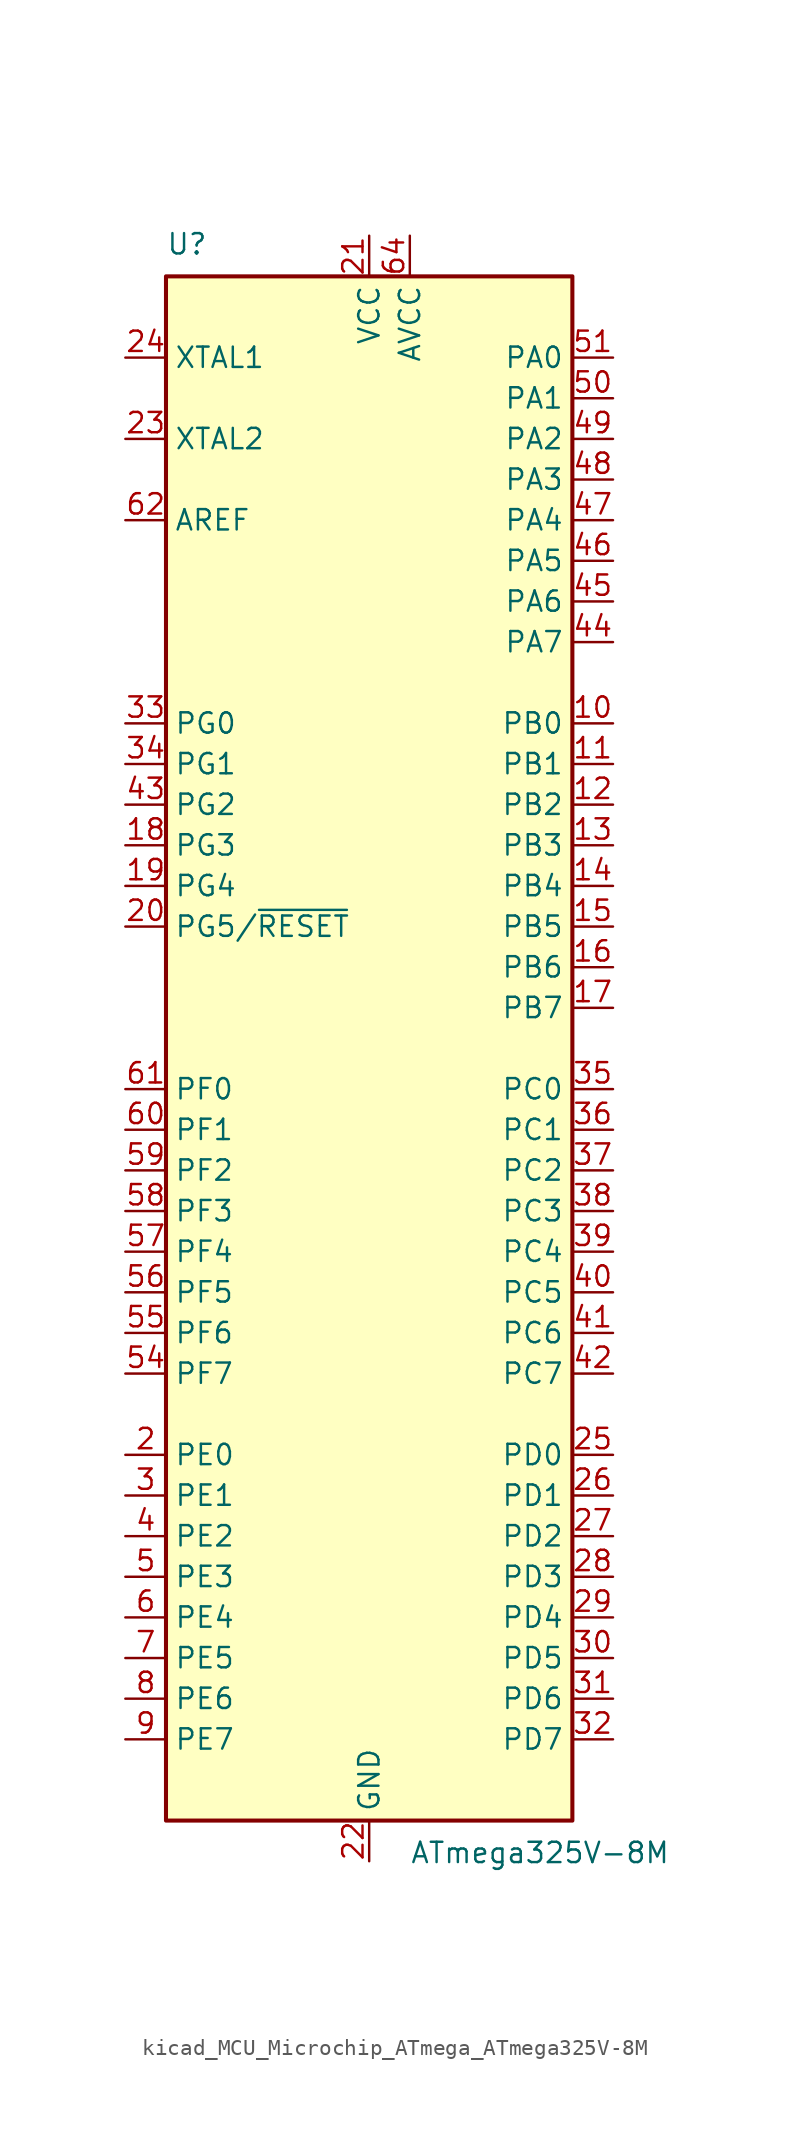
<source format=kicad_sym>
(kicad_symbol_lib
  (version 20220914)
  (generator kicad_symbol_editor)
  (symbol "kicad_MCU_Microchip_ATmega_ATmega325V-8M"
    (property "Reference" "U"
      (at -12.7 49.53 0)
      (effects (font (size 1.27 1.27)) (justify left bottom)))
    (property "Value" "ATmega325V-8M"
      (at 2.54 -49.53 0)
      (effects (font (size 1.27 1.27)) (justify left top)))
    (symbol "kicad_MCU_Microchip_ATmega_ATmega325V-8M_0_1"
      (rectangle (start -12.7 -48.26) (end 12.7 48.26) (stroke (width 0.254) (type default)) (fill (type background))))
    (symbol "kicad_MCU_Microchip_ATmega_ATmega325V-8M_1_1"
      (pin no_connect line (at -12.7 -45.72 0) (length 2.54) hide (name "NC" (effects (font (size 1.27 1.27)))) (number "1" (effects (font (size 1.27 1.27)))))
      (pin bidirectional line (at 15.24 20.32 180) (length 2.54) (name "PB0" (effects (font (size 1.27 1.27)))) (number "10" (effects (font (size 1.27 1.27)))))
      (pin bidirectional line (at 15.24 17.78 180) (length 2.54) (name "PB1" (effects (font (size 1.27 1.27)))) (number "11" (effects (font (size 1.27 1.27)))))
      (pin bidirectional line (at 15.24 15.24 180) (length 2.54) (name "PB2" (effects (font (size 1.27 1.27)))) (number "12" (effects (font (size 1.27 1.27)))))
      (pin bidirectional line (at 15.24 12.7 180) (length 2.54) (name "PB3" (effects (font (size 1.27 1.27)))) (number "13" (effects (font (size 1.27 1.27)))))
      (pin bidirectional line (at 15.24 10.16 180) (length 2.54) (name "PB4" (effects (font (size 1.27 1.27)))) (number "14" (effects (font (size 1.27 1.27)))))
      (pin bidirectional line (at 15.24 7.62 180) (length 2.54) (name "PB5" (effects (font (size 1.27 1.27)))) (number "15" (effects (font (size 1.27 1.27)))))
      (pin bidirectional line (at 15.24 5.08 180) (length 2.54) (name "PB6" (effects (font (size 1.27 1.27)))) (number "16" (effects (font (size 1.27 1.27)))))
      (pin bidirectional line (at 15.24 2.54 180) (length 2.54) (name "PB7" (effects (font (size 1.27 1.27)))) (number "17" (effects (font (size 1.27 1.27)))))
      (pin bidirectional line (at -15.24 12.7 0) (length 2.54) (name "PG3" (effects (font (size 1.27 1.27)))) (number "18" (effects (font (size 1.27 1.27)))))
      (pin bidirectional line (at -15.24 10.16 0) (length 2.54) (name "PG4" (effects (font (size 1.27 1.27)))) (number "19" (effects (font (size 1.27 1.27)))))
      (pin bidirectional line (at -15.24 -25.4 0) (length 2.54) (name "PE0" (effects (font (size 1.27 1.27)))) (number "2" (effects (font (size 1.27 1.27)))))
      (pin bidirectional line (at -15.24 7.62 0) (length 2.54) (name "PG5/~{RESET}" (effects (font (size 1.27 1.27)))) (number "20" (effects (font (size 1.27 1.27)))))
      (pin power_in line (at 0 50.8 270) (length 2.54) (name "VCC" (effects (font (size 1.27 1.27)))) (number "21" (effects (font (size 1.27 1.27)))))
      (pin power_in line (at 0 -50.8 90) (length 2.54) (name "GND" (effects (font (size 1.27 1.27)))) (number "22" (effects (font (size 1.27 1.27)))))
      (pin output line (at -15.24 38.1 0) (length 2.54) (name "XTAL2" (effects (font (size 1.27 1.27)))) (number "23" (effects (font (size 1.27 1.27)))))
      (pin input line (at -15.24 43.18 0) (length 2.54) (name "XTAL1" (effects (font (size 1.27 1.27)))) (number "24" (effects (font (size 1.27 1.27)))))
      (pin bidirectional line (at 15.24 -25.4 180) (length 2.54) (name "PD0" (effects (font (size 1.27 1.27)))) (number "25" (effects (font (size 1.27 1.27)))))
      (pin bidirectional line (at 15.24 -27.94 180) (length 2.54) (name "PD1" (effects (font (size 1.27 1.27)))) (number "26" (effects (font (size 1.27 1.27)))))
      (pin bidirectional line (at 15.24 -30.48 180) (length 2.54) (name "PD2" (effects (font (size 1.27 1.27)))) (number "27" (effects (font (size 1.27 1.27)))))
      (pin bidirectional line (at 15.24 -33.02 180) (length 2.54) (name "PD3" (effects (font (size 1.27 1.27)))) (number "28" (effects (font (size 1.27 1.27)))))
      (pin bidirectional line (at 15.24 -35.56 180) (length 2.54) (name "PD4" (effects (font (size 1.27 1.27)))) (number "29" (effects (font (size 1.27 1.27)))))
      (pin bidirectional line (at -15.24 -27.94 0) (length 2.54) (name "PE1" (effects (font (size 1.27 1.27)))) (number "3" (effects (font (size 1.27 1.27)))))
      (pin bidirectional line (at 15.24 -38.1 180) (length 2.54) (name "PD5" (effects (font (size 1.27 1.27)))) (number "30" (effects (font (size 1.27 1.27)))))
      (pin bidirectional line (at 15.24 -40.64 180) (length 2.54) (name "PD6" (effects (font (size 1.27 1.27)))) (number "31" (effects (font (size 1.27 1.27)))))
      (pin bidirectional line (at 15.24 -43.18 180) (length 2.54) (name "PD7" (effects (font (size 1.27 1.27)))) (number "32" (effects (font (size 1.27 1.27)))))
      (pin bidirectional line (at -15.24 20.32 0) (length 2.54) (name "PG0" (effects (font (size 1.27 1.27)))) (number "33" (effects (font (size 1.27 1.27)))))
      (pin bidirectional line (at -15.24 17.78 0) (length 2.54) (name "PG1" (effects (font (size 1.27 1.27)))) (number "34" (effects (font (size 1.27 1.27)))))
      (pin bidirectional line (at 15.24 -2.54 180) (length 2.54) (name "PC0" (effects (font (size 1.27 1.27)))) (number "35" (effects (font (size 1.27 1.27)))))
      (pin bidirectional line (at 15.24 -5.08 180) (length 2.54) (name "PC1" (effects (font (size 1.27 1.27)))) (number "36" (effects (font (size 1.27 1.27)))))
      (pin bidirectional line (at 15.24 -7.62 180) (length 2.54) (name "PC2" (effects (font (size 1.27 1.27)))) (number "37" (effects (font (size 1.27 1.27)))))
      (pin bidirectional line (at 15.24 -10.16 180) (length 2.54) (name "PC3" (effects (font (size 1.27 1.27)))) (number "38" (effects (font (size 1.27 1.27)))))
      (pin bidirectional line (at 15.24 -12.7 180) (length 2.54) (name "PC4" (effects (font (size 1.27 1.27)))) (number "39" (effects (font (size 1.27 1.27)))))
      (pin bidirectional line (at -15.24 -30.48 0) (length 2.54) (name "PE2" (effects (font (size 1.27 1.27)))) (number "4" (effects (font (size 1.27 1.27)))))
      (pin bidirectional line (at 15.24 -15.24 180) (length 2.54) (name "PC5" (effects (font (size 1.27 1.27)))) (number "40" (effects (font (size 1.27 1.27)))))
      (pin bidirectional line (at 15.24 -17.78 180) (length 2.54) (name "PC6" (effects (font (size 1.27 1.27)))) (number "41" (effects (font (size 1.27 1.27)))))
      (pin bidirectional line (at 15.24 -20.32 180) (length 2.54) (name "PC7" (effects (font (size 1.27 1.27)))) (number "42" (effects (font (size 1.27 1.27)))))
      (pin bidirectional line (at -15.24 15.24 0) (length 2.54) (name "PG2" (effects (font (size 1.27 1.27)))) (number "43" (effects (font (size 1.27 1.27)))))
      (pin bidirectional line (at 15.24 25.4 180) (length 2.54) (name "PA7" (effects (font (size 1.27 1.27)))) (number "44" (effects (font (size 1.27 1.27)))))
      (pin bidirectional line (at 15.24 27.94 180) (length 2.54) (name "PA6" (effects (font (size 1.27 1.27)))) (number "45" (effects (font (size 1.27 1.27)))))
      (pin bidirectional line (at 15.24 30.48 180) (length 2.54) (name "PA5" (effects (font (size 1.27 1.27)))) (number "46" (effects (font (size 1.27 1.27)))))
      (pin bidirectional line (at 15.24 33.02 180) (length 2.54) (name "PA4" (effects (font (size 1.27 1.27)))) (number "47" (effects (font (size 1.27 1.27)))))
      (pin bidirectional line (at 15.24 35.56 180) (length 2.54) (name "PA3" (effects (font (size 1.27 1.27)))) (number "48" (effects (font (size 1.27 1.27)))))
      (pin bidirectional line (at 15.24 38.1 180) (length 2.54) (name "PA2" (effects (font (size 1.27 1.27)))) (number "49" (effects (font (size 1.27 1.27)))))
      (pin bidirectional line (at -15.24 -33.02 0) (length 2.54) (name "PE3" (effects (font (size 1.27 1.27)))) (number "5" (effects (font (size 1.27 1.27)))))
      (pin bidirectional line (at 15.24 40.64 180) (length 2.54) (name "PA1" (effects (font (size 1.27 1.27)))) (number "50" (effects (font (size 1.27 1.27)))))
      (pin bidirectional line (at 15.24 43.18 180) (length 2.54) (name "PA0" (effects (font (size 1.27 1.27)))) (number "51" (effects (font (size 1.27 1.27)))))
      (pin passive line (at 0 50.8 270) (length 2.54) hide (name "VCC" (effects (font (size 1.27 1.27)))) (number "52" (effects (font (size 1.27 1.27)))))
      (pin passive line (at 0 -50.8 90) (length 2.54) hide (name "GND" (effects (font (size 1.27 1.27)))) (number "53" (effects (font (size 1.27 1.27)))))
      (pin bidirectional line (at -15.24 -20.32 0) (length 2.54) (name "PF7" (effects (font (size 1.27 1.27)))) (number "54" (effects (font (size 1.27 1.27)))))
      (pin bidirectional line (at -15.24 -17.78 0) (length 2.54) (name "PF6" (effects (font (size 1.27 1.27)))) (number "55" (effects (font (size 1.27 1.27)))))
      (pin bidirectional line (at -15.24 -15.24 0) (length 2.54) (name "PF5" (effects (font (size 1.27 1.27)))) (number "56" (effects (font (size 1.27 1.27)))))
      (pin bidirectional line (at -15.24 -12.7 0) (length 2.54) (name "PF4" (effects (font (size 1.27 1.27)))) (number "57" (effects (font (size 1.27 1.27)))))
      (pin bidirectional line (at -15.24 -10.16 0) (length 2.54) (name "PF3" (effects (font (size 1.27 1.27)))) (number "58" (effects (font (size 1.27 1.27)))))
      (pin bidirectional line (at -15.24 -7.62 0) (length 2.54) (name "PF2" (effects (font (size 1.27 1.27)))) (number "59" (effects (font (size 1.27 1.27)))))
      (pin bidirectional line (at -15.24 -35.56 0) (length 2.54) (name "PE4" (effects (font (size 1.27 1.27)))) (number "6" (effects (font (size 1.27 1.27)))))
      (pin bidirectional line (at -15.24 -5.08 0) (length 2.54) (name "PF1" (effects (font (size 1.27 1.27)))) (number "60" (effects (font (size 1.27 1.27)))))
      (pin bidirectional line (at -15.24 -2.54 0) (length 2.54) (name "PF0" (effects (font (size 1.27 1.27)))) (number "61" (effects (font (size 1.27 1.27)))))
      (pin passive line (at -15.24 33.02 0) (length 2.54) (name "AREF" (effects (font (size 1.27 1.27)))) (number "62" (effects (font (size 1.27 1.27)))))
      (pin passive line (at 0 -50.8 90) (length 2.54) hide (name "GND" (effects (font (size 1.27 1.27)))) (number "63" (effects (font (size 1.27 1.27)))))
      (pin power_in line (at 2.54 50.8 270) (length 2.54) (name "AVCC" (effects (font (size 1.27 1.27)))) (number "64" (effects (font (size 1.27 1.27)))))
      (pin passive line (at 0 -50.8 90) (length 2.54) hide (name "GND" (effects (font (size 1.27 1.27)))) (number "65" (effects (font (size 1.27 1.27)))))
      (pin bidirectional line (at -15.24 -38.1 0) (length 2.54) (name "PE5" (effects (font (size 1.27 1.27)))) (number "7" (effects (font (size 1.27 1.27)))))
      (pin bidirectional line (at -15.24 -40.64 0) (length 2.54) (name "PE6" (effects (font (size 1.27 1.27)))) (number "8" (effects (font (size 1.27 1.27)))))
      (pin bidirectional line (at -15.24 -43.18 0) (length 2.54) (name "PE7" (effects (font (size 1.27 1.27)))) (number "9" (effects (font (size 1.27 1.27))))))))
</source>
